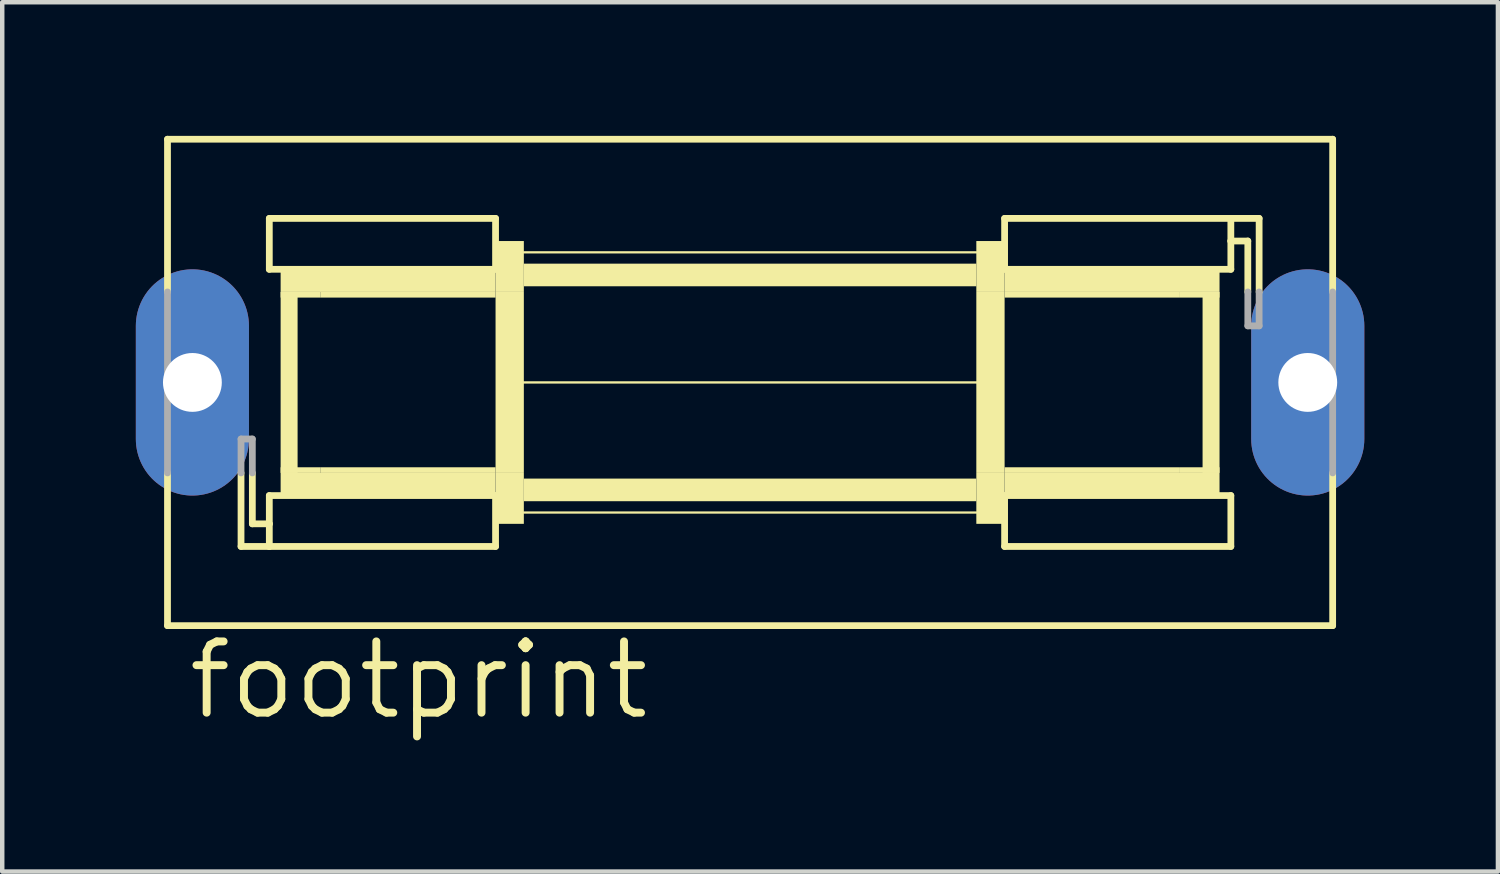
<source format=kicad_pcb>
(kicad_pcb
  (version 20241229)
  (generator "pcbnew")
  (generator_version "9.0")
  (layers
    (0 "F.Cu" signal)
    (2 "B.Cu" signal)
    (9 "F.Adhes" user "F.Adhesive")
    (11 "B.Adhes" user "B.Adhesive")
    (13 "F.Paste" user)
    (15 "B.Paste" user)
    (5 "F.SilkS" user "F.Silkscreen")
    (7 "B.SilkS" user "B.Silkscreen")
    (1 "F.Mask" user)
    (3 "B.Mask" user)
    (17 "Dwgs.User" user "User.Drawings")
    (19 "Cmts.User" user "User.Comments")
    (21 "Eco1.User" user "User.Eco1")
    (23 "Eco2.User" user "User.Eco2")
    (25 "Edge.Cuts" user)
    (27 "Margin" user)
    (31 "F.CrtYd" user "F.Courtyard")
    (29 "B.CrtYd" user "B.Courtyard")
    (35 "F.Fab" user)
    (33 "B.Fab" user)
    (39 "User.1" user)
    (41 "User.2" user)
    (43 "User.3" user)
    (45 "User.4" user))
  (footprint "footprint"
    (layer "F.Cu")
    (at 13.792 5.537)
    (property "Reference" "footprint" (at -12.7 7.62 0) (layer "F.SilkS") (effects (font (size 1.6 1.6) (thickness 0.178)) (justify left bottom)))
    (fp_line (start -13.081 -5.461) (end -13.081 -2.032) (stroke (width 0.152) (type solid)) (layer "F.SilkS"))
    (fp_line (start -13.081 2.032) (end -13.081 5.461) (stroke (width 0.152) (type solid)) (layer "F.SilkS"))
    (fp_line (start -13.081 5.461) (end 13.081 5.461) (stroke (width 0.152) (type solid)) (layer "F.SilkS"))
    (fp_line (start -11.43 3.683) (end -11.43 2.032) (stroke (width 0.152) (type solid)) (layer "F.SilkS"))
    (fp_line (start -11.176 2.032) (end -11.176 3.175) (stroke (width 0.152) (type solid)) (layer "F.SilkS"))
    (fp_line (start -11.176 3.175) (end -10.795 3.175) (stroke (width 0.152) (type solid)) (layer "F.SilkS"))
    (fp_line (start -10.795 -3.683) (end -10.795 -2.54) (stroke (width 0.152) (type solid)) (layer "F.SilkS"))
    (fp_line (start -10.795 -3.683) (end -5.715 -3.683) (stroke (width 0.152) (type solid)) (layer "F.SilkS"))
    (fp_line (start -10.795 -2.54) (end -5.715 -2.54) (stroke (width 0.152) (type solid)) (layer "F.SilkS"))
    (fp_line (start -10.795 2.54) (end -5.715 2.54) (stroke (width 0.152) (type solid)) (layer "F.SilkS"))
    (fp_line (start -10.795 3.175) (end -10.795 2.54) (stroke (width 0.152) (type solid)) (layer "F.SilkS"))
    (fp_line (start -10.795 3.683) (end -11.43 3.683) (stroke (width 0.152) (type solid)) (layer "F.SilkS"))
    (fp_line (start -10.795 3.683) (end -10.795 3.175) (stroke (width 0.152) (type solid)) (layer "F.SilkS"))
    (fp_line (start -5.715 -2.54) (end -5.715 -3.683) (stroke (width 0.152) (type solid)) (layer "F.SilkS"))
    (fp_line (start -5.715 3.683) (end -10.795 3.683) (stroke (width 0.152) (type solid)) (layer "F.SilkS"))
    (fp_line (start -5.715 3.683) (end -5.715 2.54) (stroke (width 0.152) (type solid)) (layer "F.SilkS"))
    (fp_line (start -5.207 0) (end 5.207 0) (stroke (width 0.051) (type solid)) (layer "F.SilkS"))
    (fp_line (start -5.08 -2.921) (end 5.08 -2.921) (stroke (width 0.051) (type solid)) (layer "F.SilkS"))
    (fp_line (start -5.08 2.921) (end 5.08 2.921) (stroke (width 0.051) (type solid)) (layer "F.SilkS"))
    (fp_line (start 5.715 -3.683) (end 5.715 -2.54) (stroke (width 0.152) (type solid)) (layer "F.SilkS"))
    (fp_line (start 5.715 -3.683) (end 10.795 -3.683) (stroke (width 0.152) (type solid)) (layer "F.SilkS"))
    (fp_line (start 5.715 2.54) (end 5.715 3.683) (stroke (width 0.152) (type solid)) (layer "F.SilkS"))
    (fp_line (start 10.795 -3.683) (end 10.795 -3.175) (stroke (width 0.152) (type solid)) (layer "F.SilkS"))
    (fp_line (start 10.795 -3.683) (end 11.43 -3.683) (stroke (width 0.152) (type solid)) (layer "F.SilkS"))
    (fp_line (start 10.795 -3.175) (end 10.795 -2.54) (stroke (width 0.152) (type solid)) (layer "F.SilkS"))
    (fp_line (start 10.795 -2.54) (end 5.715 -2.54) (stroke (width 0.152) (type solid)) (layer "F.SilkS"))
    (fp_line (start 10.795 2.54) (end 5.715 2.54) (stroke (width 0.152) (type solid)) (layer "F.SilkS"))
    (fp_line (start 10.795 3.683) (end 5.715 3.683) (stroke (width 0.152) (type solid)) (layer "F.SilkS"))
    (fp_line (start 10.795 3.683) (end 10.795 2.54) (stroke (width 0.152) (type solid)) (layer "F.SilkS"))
    (fp_line (start 11.176 -3.175) (end 10.795 -3.175) (stroke (width 0.152) (type solid)) (layer "F.SilkS"))
    (fp_line (start 11.176 -2.032) (end 11.176 -3.175) (stroke (width 0.152) (type solid)) (layer "F.SilkS"))
    (fp_line (start 11.43 -3.683) (end 11.43 -2.032) (stroke (width 0.152) (type solid)) (layer "F.SilkS"))
    (fp_line (start 13.081 -5.461) (end -13.081 -5.461) (stroke (width 0.152) (type solid)) (layer "F.SilkS"))
    (fp_line (start 13.081 -5.461) (end 13.081 -2.032) (stroke (width 0.152) (type solid)) (layer "F.SilkS"))
    (fp_line (start 13.081 2.032) (end 13.081 5.461) (stroke (width 0.152) (type solid)) (layer "F.SilkS"))
    (fp_poly (pts (xy -10.541 -2.032) (xy -5.715 -2.032) (xy -5.715 -2.54) (xy -10.541 -2.54)) (stroke (width 0) (type solid)) (fill yes) (layer "F.SilkS"))
    (fp_poly (pts (xy -10.541 -1.905) (xy -9.652 -1.905) (xy -9.652 -2.032) (xy -10.541 -2.032)) (stroke (width 0) (type solid)) (fill yes) (layer "F.SilkS"))
    (fp_poly (pts (xy -10.541 2.032) (xy -10.16 2.032) (xy -10.16 -2.032) (xy -10.541 -2.032)) (stroke (width 0) (type solid)) (fill yes) (layer "F.SilkS"))
    (fp_poly (pts (xy -10.541 2.032) (xy -9.652 2.032) (xy -9.652 1.905) (xy -10.541 1.905)) (stroke (width 0) (type solid)) (fill yes) (layer "F.SilkS"))
    (fp_poly (pts (xy -10.541 2.54) (xy -5.715 2.54) (xy -5.715 2.032) (xy -10.541 2.032)) (stroke (width 0) (type solid)) (fill yes) (layer "F.SilkS"))
    (fp_poly (pts (xy -9.652 -1.905) (xy -5.715 -1.905) (xy -5.715 -2.032) (xy -9.652 -2.032)) (stroke (width 0) (type solid)) (fill yes) (layer "F.SilkS"))
    (fp_poly (pts (xy -9.652 2.032) (xy -5.715 2.032) (xy -5.715 1.905) (xy -9.652 1.905)) (stroke (width 0) (type solid)) (fill yes) (layer "F.SilkS"))
    (fp_poly (pts (xy -5.715 -2.032) (xy -5.08 -2.032) (xy -5.08 -3.175) (xy -5.715 -3.175)) (stroke (width 0) (type solid)) (fill yes) (layer "F.SilkS"))
    (fp_poly (pts (xy -5.715 2.032) (xy -5.08 2.032) (xy -5.08 -2.032) (xy -5.715 -2.032)) (stroke (width 0) (type solid)) (fill yes) (layer "F.SilkS"))
    (fp_poly (pts (xy -5.715 3.175) (xy -5.08 3.175) (xy -5.08 2.032) (xy -5.715 2.032)) (stroke (width 0) (type solid)) (fill yes) (layer "F.SilkS"))
    (fp_poly (pts (xy -5.08 -2.159) (xy 5.08 -2.159) (xy 5.08 -2.667) (xy -5.08 -2.667)) (stroke (width 0) (type solid)) (fill yes) (layer "F.SilkS"))
    (fp_poly (pts (xy -5.08 2.667) (xy 5.08 2.667) (xy 5.08 2.159) (xy -5.08 2.159)) (stroke (width 0) (type solid)) (fill yes) (layer "F.SilkS"))
    (fp_poly (pts (xy 5.08 -2.032) (xy 5.715 -2.032) (xy 5.715 -3.175) (xy 5.08 -3.175)) (stroke (width 0) (type solid)) (fill yes) (layer "F.SilkS"))
    (fp_poly (pts (xy 5.08 2.032) (xy 5.715 2.032) (xy 5.715 -2.032) (xy 5.08 -2.032)) (stroke (width 0) (type solid)) (fill yes) (layer "F.SilkS"))
    (fp_poly (pts (xy 5.08 3.175) (xy 5.715 3.175) (xy 5.715 2.032) (xy 5.08 2.032)) (stroke (width 0) (type solid)) (fill yes) (layer "F.SilkS"))
    (fp_poly (pts (xy 5.715 -2.032) (xy 10.541 -2.032) (xy 10.541 -2.54) (xy 5.715 -2.54)) (stroke (width 0) (type solid)) (fill yes) (layer "F.SilkS"))
    (fp_poly (pts (xy 5.715 -1.905) (xy 9.652 -1.905) (xy 9.652 -2.032) (xy 5.715 -2.032)) (stroke (width 0) (type solid)) (fill yes) (layer "F.SilkS"))
    (fp_poly (pts (xy 5.715 2.032) (xy 9.652 2.032) (xy 9.652 1.905) (xy 5.715 1.905)) (stroke (width 0) (type solid)) (fill yes) (layer "F.SilkS"))
    (fp_poly (pts (xy 5.715 2.54) (xy 10.541 2.54) (xy 10.541 2.032) (xy 5.715 2.032)) (stroke (width 0) (type solid)) (fill yes) (layer "F.SilkS"))
    (fp_poly (pts (xy 9.652 -1.905) (xy 10.541 -1.905) (xy 10.541 -2.032) (xy 9.652 -2.032)) (stroke (width 0) (type solid)) (fill yes) (layer "F.SilkS"))
    (fp_poly (pts (xy 9.652 2.032) (xy 10.541 2.032) (xy 10.541 1.905) (xy 9.652 1.905)) (stroke (width 0) (type solid)) (fill yes) (layer "F.SilkS"))
    (fp_poly (pts (xy 10.16 2.032) (xy 10.541 2.032) (xy 10.541 -2.032) (xy 10.16 -2.032)) (stroke (width 0) (type solid)) (fill yes) (layer "F.SilkS"))
    (fp_line (start -13.081 2.032) (end -13.081 -2.032) (stroke (width 0.152) (type solid)) (layer "F.Fab"))
    (fp_line (start -11.43 1.27) (end -11.176 1.27) (stroke (width 0.152) (type solid)) (layer "F.Fab"))
    (fp_line (start -11.43 2.032) (end -11.43 1.27) (stroke (width 0.152) (type solid)) (layer "F.Fab"))
    (fp_line (start -11.176 1.27) (end -11.176 2.032) (stroke (width 0.152) (type solid)) (layer "F.Fab"))
    (fp_line (start 11.176 -1.27) (end 11.176 -2.032) (stroke (width 0.152) (type solid)) (layer "F.Fab"))
    (fp_line (start 11.43 -2.032) (end 11.43 -1.27) (stroke (width 0.152) (type solid)) (layer "F.Fab"))
    (fp_line (start 11.43 -1.27) (end 11.176 -1.27) (stroke (width 0.152) (type solid)) (layer "F.Fab"))
    (fp_line (start 13.081 2.032) (end 13.081 -2.032) (stroke (width 0.152) (type solid)) (layer "F.Fab"))
    (pad "1" thru_hole oval (at -12.522 0 90) (size 5.08 2.54) (drill 1.321) (layers "*.Cu" "*.Mask"))
    (pad "2" thru_hole oval (at 12.522 0 90) (size 5.08 2.54) (drill 1.321) (layers "*.Cu" "*.Mask")))
  (gr_rect
    (start -3 -3)
    (end 30.584 16.52)
    (stroke (width 0.1) (type default))
    (fill no)
    (layer "Edge.Cuts")))
</source>
